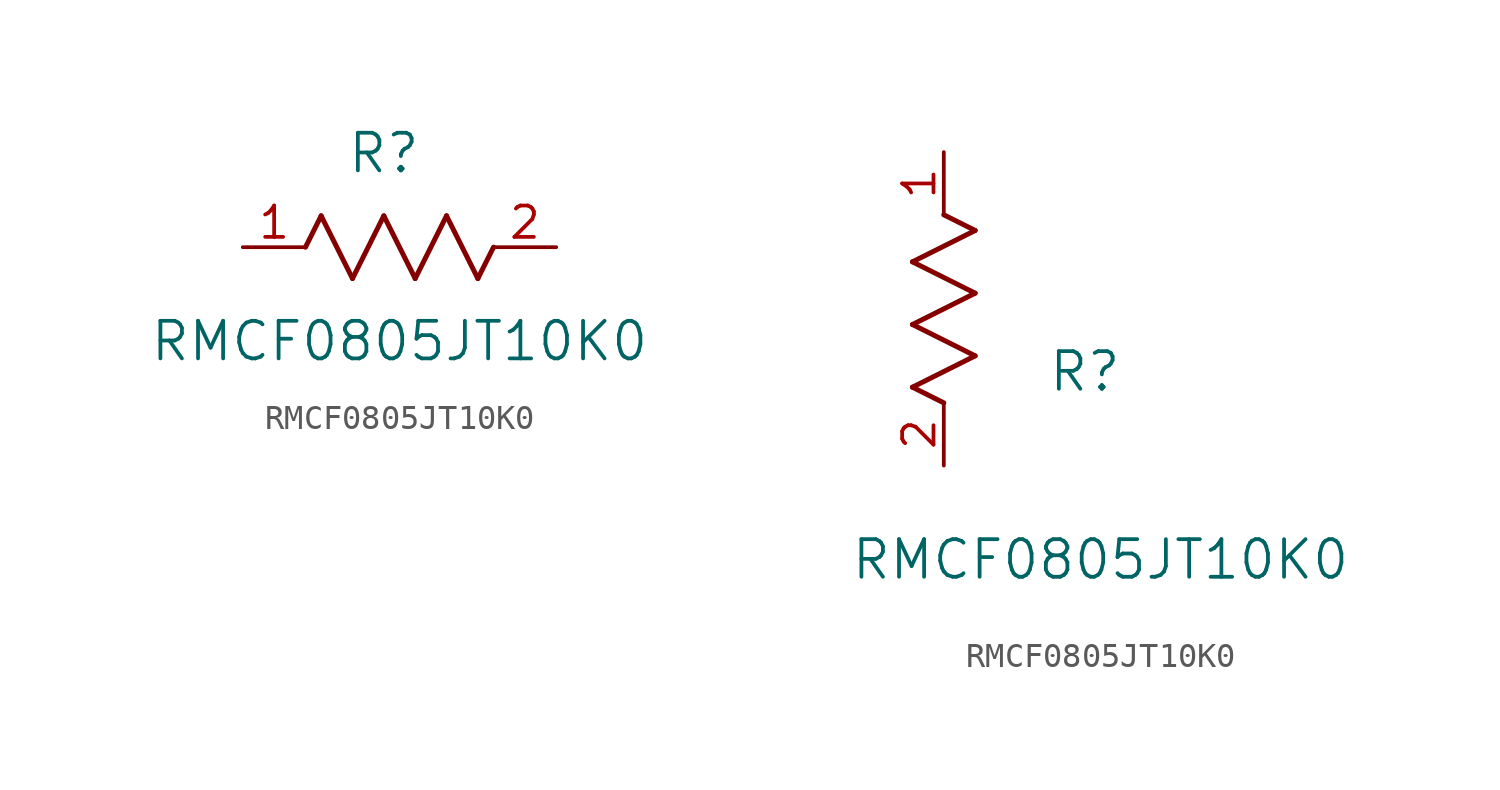
<source format=kicad_sym>
(kicad_symbol_lib
  (version 20211014)
  (generator kicad_symbol_editor)
  (symbol "RMCF0805JT10K0"
    (pin_names
      (offset 0.254))
    (property "Reference" "R"
      (at 5.715 3.81 0)
      (effects (font (size 1.524 1.524))))
    (property "Value" "RMCF0805JT10K0"
      (at 6.35 -3.81 0)
      (effects (font (size 1.524 1.524))))
    (symbol "RMCF0805JT10K0_1_1"
      (polyline (pts (xy 3.175 1.27) (xy 4.445 -1.27)) (stroke (width 0.203) (type default) (color 0 0 0 0)) (fill (type none)))
      (polyline (pts (xy 4.445 -1.27) (xy 5.715 1.27)) (stroke (width 0.203) (type default) (color 0 0 0 0)) (fill (type none)))
      (polyline (pts (xy 5.715 1.27) (xy 6.985 -1.27)) (stroke (width 0.203) (type default) (color 0 0 0 0)) (fill (type none)))
      (polyline (pts (xy 6.985 -1.27) (xy 8.255 1.27)) (stroke (width 0.203) (type default) (color 0 0 0 0)) (fill (type none)))
      (polyline (pts (xy 8.255 1.27) (xy 9.525 -1.27)) (stroke (width 0.203) (type default) (color 0 0 0 0)) (fill (type none)))
      (polyline (pts (xy 2.54 0) (xy 3.175 1.27)) (stroke (width 0.203) (type default) (color 0 0 0 0)) (fill (type none)))
      (polyline (pts (xy 9.525 -1.27) (xy 10.16 0)) (stroke (width 0.203) (type default) (color 0 0 0 0)) (fill (type none)))
      (pin unspecified line (at 0 0 0) (length 2.54) (name "" (effects (font (size 1.27 1.27)))) (number "1" (effects (font (size 1.27 1.27)))))
      (pin unspecified line (at 12.7 0 180) (length 2.54) (name "" (effects (font (size 1.27 1.27)))) (number "2" (effects (font (size 1.27 1.27))))))
    (symbol "RMCF0805JT10K0_1_2"
      (polyline (pts (xy 0 2.54) (xy -1.27 3.175)) (stroke (width 0.203) (type default) (color 0 0 0 0)) (fill (type none)))
      (polyline (pts (xy -1.27 3.175) (xy 1.27 4.445)) (stroke (width 0.203) (type default) (color 0 0 0 0)) (fill (type none)))
      (polyline (pts (xy 1.27 4.445) (xy -1.27 5.715)) (stroke (width 0.203) (type default) (color 0 0 0 0)) (fill (type none)))
      (polyline (pts (xy -1.27 5.715) (xy 1.27 6.985)) (stroke (width 0.203) (type default) (color 0 0 0 0)) (fill (type none)))
      (polyline (pts (xy -1.27 8.255) (xy 1.27 9.525)) (stroke (width 0.203) (type default) (color 0 0 0 0)) (fill (type none)))
      (polyline (pts (xy 1.27 9.525) (xy 0 10.16)) (stroke (width 0.203) (type default) (color 0 0 0 0)) (fill (type none)))
      (polyline (pts (xy 1.27 6.985) (xy -1.27 8.255)) (stroke (width 0.203) (type default) (color 0 0 0 0)) (fill (type none)))
      (pin unspecified line (at 0 12.7 270) (length 2.54) (name "" (effects (font (size 1.27 1.27)))) (number "1" (effects (font (size 1.27 1.27)))))
      (pin unspecified line (at 0 0 90) (length 2.54) (name "" (effects (font (size 1.27 1.27)))) (number "2" (effects (font (size 1.27 1.27))))))))
</source>
